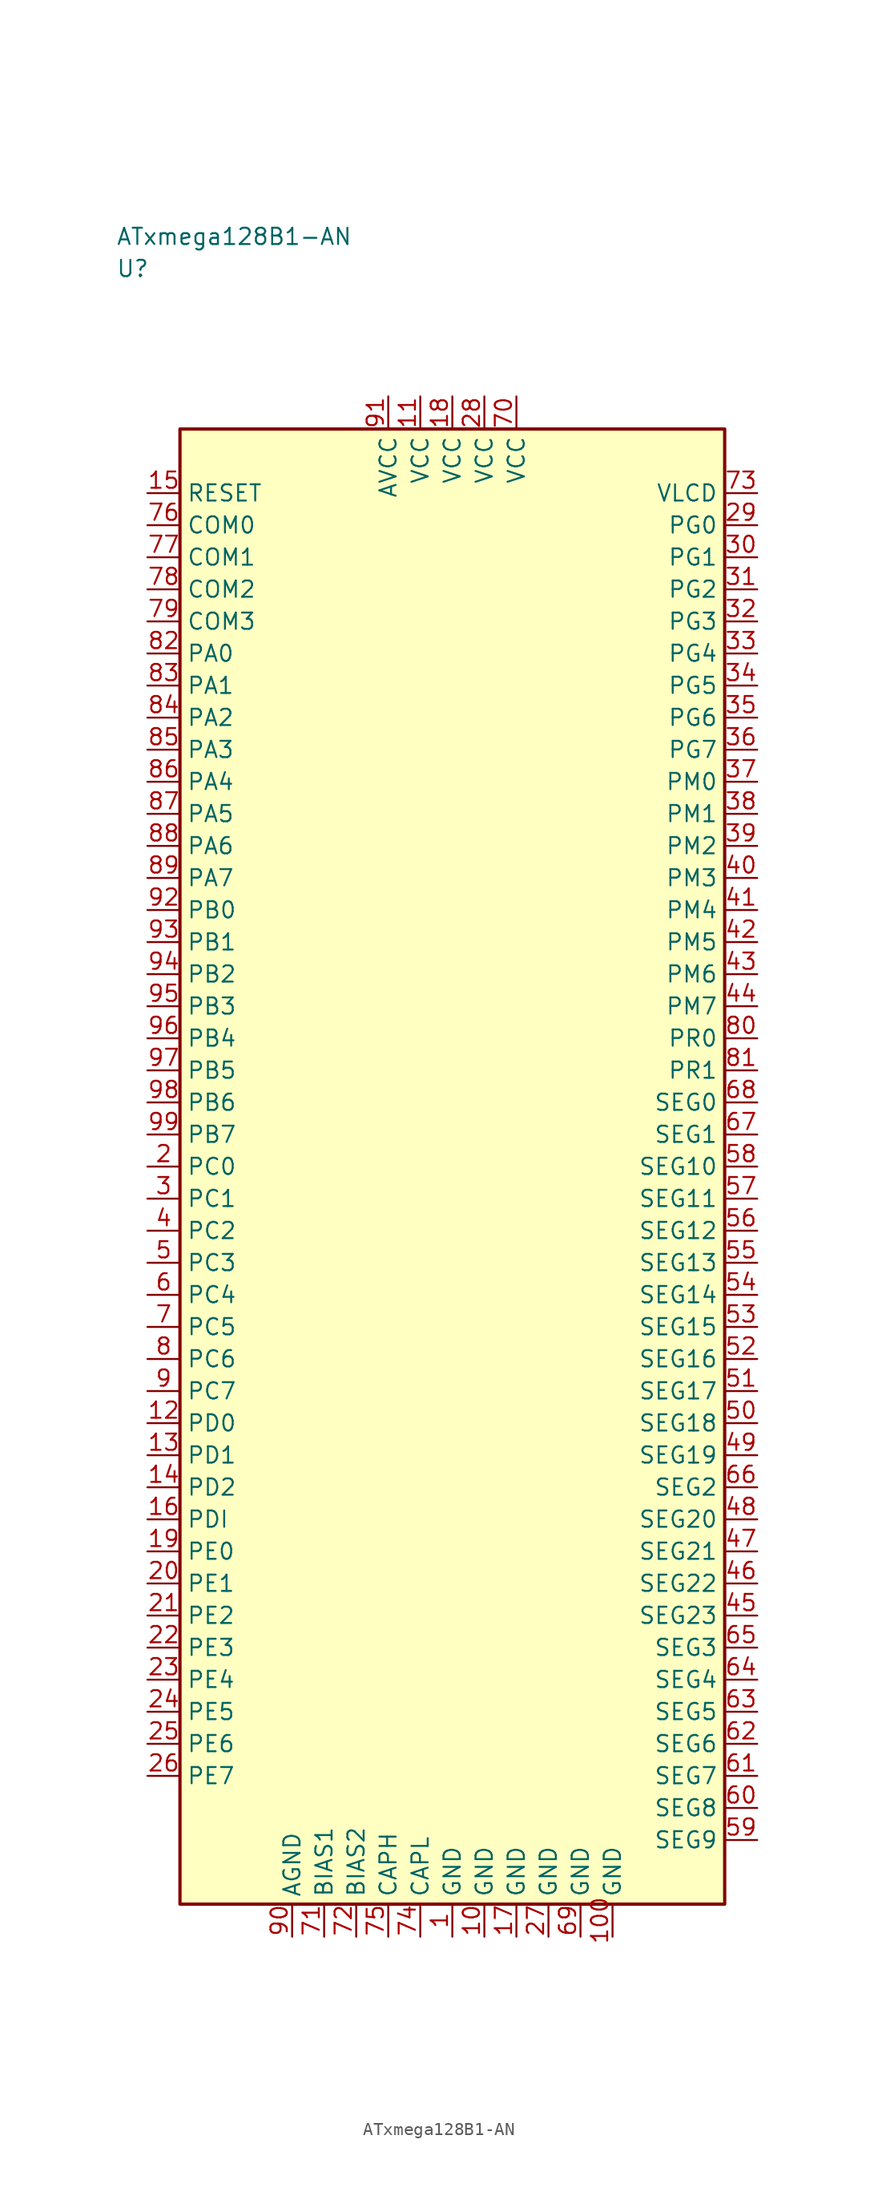
<source format=kicad_sym>
(kicad_symbol_lib
  (version 20241025)
  (generator "kicad_symbol_editor")
  (generator_version "8.0")
  (symbol "ATxmega128B1-AN"
    (property "Reference" "U"
      (at -26.25 70.0 0)
      (effects (font (size 1.27 1.27)) (justify left)))
    (property "Value" "ATxmega128B1-AN"
      (at -26.25 72.5 0)
      (effects (font (size 1.27 1.27)) (justify left)))
    (symbol "ATxmega128B1-AN_0_1"
      (rectangle (start -21.25 57.5) (end 21.25 -57.5) (stroke (width 0.254) (type default)) (fill (type background))))
    (symbol "ATxmega128B1-AN_1_1"
      (pin passive line (at 0.0 -60.04 90.0) (length 2.54) (name "GND" (effects (font (size 1.27 1.27)))) (number "1" (effects (font (size 1.27 1.27)))))
      (pin bidirectional line (at -23.79 0.0 0.0) (length 2.54) (name "PC0" (effects (font (size 1.27 1.27)))) (number "2" (effects (font (size 1.27 1.27)))))
      (pin bidirectional line (at -23.79 -2.5 0.0) (length 2.54) (name "PC1" (effects (font (size 1.27 1.27)))) (number "3" (effects (font (size 1.27 1.27)))))
      (pin bidirectional line (at -23.79 -5.0 0.0) (length 2.54) (name "PC2" (effects (font (size 1.27 1.27)))) (number "4" (effects (font (size 1.27 1.27)))))
      (pin bidirectional line (at -23.79 -7.5 0.0) (length 2.54) (name "PC3" (effects (font (size 1.27 1.27)))) (number "5" (effects (font (size 1.27 1.27)))))
      (pin bidirectional line (at -23.79 -10.0 0.0) (length 2.54) (name "PC4" (effects (font (size 1.27 1.27)))) (number "6" (effects (font (size 1.27 1.27)))))
      (pin bidirectional line (at -23.79 -12.5 0.0) (length 2.54) (name "PC5" (effects (font (size 1.27 1.27)))) (number "7" (effects (font (size 1.27 1.27)))))
      (pin bidirectional line (at -23.79 -15.0 0.0) (length 2.54) (name "PC6" (effects (font (size 1.27 1.27)))) (number "8" (effects (font (size 1.27 1.27)))))
      (pin bidirectional line (at -23.79 -17.5 0.0) (length 2.54) (name "PC7" (effects (font (size 1.27 1.27)))) (number "9" (effects (font (size 1.27 1.27)))))
      (pin passive line (at 2.5 -60.04 90.0) (length 2.54) (name "GND" (effects (font (size 1.27 1.27)))) (number "10" (effects (font (size 1.27 1.27)))))
      (pin power_in line (at -2.5 60.04 270.0) (length 2.54) (name "VCC" (effects (font (size 1.27 1.27)))) (number "11" (effects (font (size 1.27 1.27)))))
      (pin bidirectional line (at -23.79 -20.0 0.0) (length 2.54) (name "PD0" (effects (font (size 1.27 1.27)))) (number "12" (effects (font (size 1.27 1.27)))))
      (pin bidirectional line (at -23.79 -22.5 0.0) (length 2.54) (name "PD1" (effects (font (size 1.27 1.27)))) (number "13" (effects (font (size 1.27 1.27)))))
      (pin bidirectional line (at -23.79 -25.0 0.0) (length 2.54) (name "PD2" (effects (font (size 1.27 1.27)))) (number "14" (effects (font (size 1.27 1.27)))))
      (pin input line (at -23.79 52.5 0.0) (length 2.54) (name "RESET" (effects (font (size 1.27 1.27)))) (number "15" (effects (font (size 1.27 1.27)))))
      (pin bidirectional line (at -23.79 -27.5 0.0) (length 2.54) (name "PDI" (effects (font (size 1.27 1.27)))) (number "16" (effects (font (size 1.27 1.27)))))
      (pin passive line (at 5.0 -60.04 90.0) (length 2.54) (name "GND" (effects (font (size 1.27 1.27)))) (number "17" (effects (font (size 1.27 1.27)))))
      (pin power_in line (at 0.0 60.04 270.0) (length 2.54) (name "VCC" (effects (font (size 1.27 1.27)))) (number "18" (effects (font (size 1.27 1.27)))))
      (pin bidirectional line (at -23.79 -30.0 0.0) (length 2.54) (name "PE0" (effects (font (size 1.27 1.27)))) (number "19" (effects (font (size 1.27 1.27)))))
      (pin bidirectional line (at -23.79 -32.5 0.0) (length 2.54) (name "PE1" (effects (font (size 1.27 1.27)))) (number "20" (effects (font (size 1.27 1.27)))))
      (pin bidirectional line (at -23.79 -35.0 0.0) (length 2.54) (name "PE2" (effects (font (size 1.27 1.27)))) (number "21" (effects (font (size 1.27 1.27)))))
      (pin bidirectional line (at -23.79 -37.5 0.0) (length 2.54) (name "PE3" (effects (font (size 1.27 1.27)))) (number "22" (effects (font (size 1.27 1.27)))))
      (pin bidirectional line (at -23.79 -40.0 0.0) (length 2.54) (name "PE4" (effects (font (size 1.27 1.27)))) (number "23" (effects (font (size 1.27 1.27)))))
      (pin bidirectional line (at -23.79 -42.5 0.0) (length 2.54) (name "PE5" (effects (font (size 1.27 1.27)))) (number "24" (effects (font (size 1.27 1.27)))))
      (pin bidirectional line (at -23.79 -45.0 0.0) (length 2.54) (name "PE6" (effects (font (size 1.27 1.27)))) (number "25" (effects (font (size 1.27 1.27)))))
      (pin bidirectional line (at -23.79 -47.5 0.0) (length 2.54) (name "PE7" (effects (font (size 1.27 1.27)))) (number "26" (effects (font (size 1.27 1.27)))))
      (pin passive line (at 7.5 -60.04 90.0) (length 2.54) (name "GND" (effects (font (size 1.27 1.27)))) (number "27" (effects (font (size 1.27 1.27)))))
      (pin power_in line (at 2.5 60.04 270.0) (length 2.54) (name "VCC" (effects (font (size 1.27 1.27)))) (number "28" (effects (font (size 1.27 1.27)))))
      (pin bidirectional line (at 23.79 50.0 180.0) (length 2.54) (name "PG0" (effects (font (size 1.27 1.27)))) (number "29" (effects (font (size 1.27 1.27)))))
      (pin bidirectional line (at 23.79 47.5 180.0) (length 2.54) (name "PG1" (effects (font (size 1.27 1.27)))) (number "30" (effects (font (size 1.27 1.27)))))
      (pin bidirectional line (at 23.79 45.0 180.0) (length 2.54) (name "PG2" (effects (font (size 1.27 1.27)))) (number "31" (effects (font (size 1.27 1.27)))))
      (pin bidirectional line (at 23.79 42.5 180.0) (length 2.54) (name "PG3" (effects (font (size 1.27 1.27)))) (number "32" (effects (font (size 1.27 1.27)))))
      (pin bidirectional line (at 23.79 40.0 180.0) (length 2.54) (name "PG4" (effects (font (size 1.27 1.27)))) (number "33" (effects (font (size 1.27 1.27)))))
      (pin bidirectional line (at 23.79 37.5 180.0) (length 2.54) (name "PG5" (effects (font (size 1.27 1.27)))) (number "34" (effects (font (size 1.27 1.27)))))
      (pin bidirectional line (at 23.79 35.0 180.0) (length 2.54) (name "PG6" (effects (font (size 1.27 1.27)))) (number "35" (effects (font (size 1.27 1.27)))))
      (pin bidirectional line (at 23.79 32.5 180.0) (length 2.54) (name "PG7" (effects (font (size 1.27 1.27)))) (number "36" (effects (font (size 1.27 1.27)))))
      (pin bidirectional line (at 23.79 30.0 180.0) (length 2.54) (name "PM0" (effects (font (size 1.27 1.27)))) (number "37" (effects (font (size 1.27 1.27)))))
      (pin bidirectional line (at 23.79 27.5 180.0) (length 2.54) (name "PM1" (effects (font (size 1.27 1.27)))) (number "38" (effects (font (size 1.27 1.27)))))
      (pin bidirectional line (at 23.79 25.0 180.0) (length 2.54) (name "PM2" (effects (font (size 1.27 1.27)))) (number "39" (effects (font (size 1.27 1.27)))))
      (pin bidirectional line (at 23.79 22.5 180.0) (length 2.54) (name "PM3" (effects (font (size 1.27 1.27)))) (number "40" (effects (font (size 1.27 1.27)))))
      (pin bidirectional line (at 23.79 20.0 180.0) (length 2.54) (name "PM4" (effects (font (size 1.27 1.27)))) (number "41" (effects (font (size 1.27 1.27)))))
      (pin bidirectional line (at 23.79 17.5 180.0) (length 2.54) (name "PM5" (effects (font (size 1.27 1.27)))) (number "42" (effects (font (size 1.27 1.27)))))
      (pin bidirectional line (at 23.79 15.0 180.0) (length 2.54) (name "PM6" (effects (font (size 1.27 1.27)))) (number "43" (effects (font (size 1.27 1.27)))))
      (pin bidirectional line (at 23.79 12.5 180.0) (length 2.54) (name "PM7" (effects (font (size 1.27 1.27)))) (number "44" (effects (font (size 1.27 1.27)))))
      (pin bidirectional line (at 23.79 -35.0 180.0) (length 2.54) (name "SEG23" (effects (font (size 1.27 1.27)))) (number "45" (effects (font (size 1.27 1.27)))))
      (pin bidirectional line (at 23.79 -32.5 180.0) (length 2.54) (name "SEG22" (effects (font (size 1.27 1.27)))) (number "46" (effects (font (size 1.27 1.27)))))
      (pin bidirectional line (at 23.79 -30.0 180.0) (length 2.54) (name "SEG21" (effects (font (size 1.27 1.27)))) (number "47" (effects (font (size 1.27 1.27)))))
      (pin bidirectional line (at 23.79 -27.5 180.0) (length 2.54) (name "SEG20" (effects (font (size 1.27 1.27)))) (number "48" (effects (font (size 1.27 1.27)))))
      (pin bidirectional line (at 23.79 -22.5 180.0) (length 2.54) (name "SEG19" (effects (font (size 1.27 1.27)))) (number "49" (effects (font (size 1.27 1.27)))))
      (pin bidirectional line (at 23.79 -20.0 180.0) (length 2.54) (name "SEG18" (effects (font (size 1.27 1.27)))) (number "50" (effects (font (size 1.27 1.27)))))
      (pin bidirectional line (at 23.79 -17.5 180.0) (length 2.54) (name "SEG17" (effects (font (size 1.27 1.27)))) (number "51" (effects (font (size 1.27 1.27)))))
      (pin bidirectional line (at 23.79 -15.0 180.0) (length 2.54) (name "SEG16" (effects (font (size 1.27 1.27)))) (number "52" (effects (font (size 1.27 1.27)))))
      (pin bidirectional line (at 23.79 -12.5 180.0) (length 2.54) (name "SEG15" (effects (font (size 1.27 1.27)))) (number "53" (effects (font (size 1.27 1.27)))))
      (pin bidirectional line (at 23.79 -10.0 180.0) (length 2.54) (name "SEG14" (effects (font (size 1.27 1.27)))) (number "54" (effects (font (size 1.27 1.27)))))
      (pin bidirectional line (at 23.79 -7.5 180.0) (length 2.54) (name "SEG13" (effects (font (size 1.27 1.27)))) (number "55" (effects (font (size 1.27 1.27)))))
      (pin bidirectional line (at 23.79 -5.0 180.0) (length 2.54) (name "SEG12" (effects (font (size 1.27 1.27)))) (number "56" (effects (font (size 1.27 1.27)))))
      (pin bidirectional line (at 23.79 -2.5 180.0) (length 2.54) (name "SEG11" (effects (font (size 1.27 1.27)))) (number "57" (effects (font (size 1.27 1.27)))))
      (pin bidirectional line (at 23.79 0.0 180.0) (length 2.54) (name "SEG10" (effects (font (size 1.27 1.27)))) (number "58" (effects (font (size 1.27 1.27)))))
      (pin bidirectional line (at 23.79 -52.5 180.0) (length 2.54) (name "SEG9" (effects (font (size 1.27 1.27)))) (number "59" (effects (font (size 1.27 1.27)))))
      (pin bidirectional line (at 23.79 -50.0 180.0) (length 2.54) (name "SEG8" (effects (font (size 1.27 1.27)))) (number "60" (effects (font (size 1.27 1.27)))))
      (pin bidirectional line (at 23.79 -47.5 180.0) (length 2.54) (name "SEG7" (effects (font (size 1.27 1.27)))) (number "61" (effects (font (size 1.27 1.27)))))
      (pin bidirectional line (at 23.79 -45.0 180.0) (length 2.54) (name "SEG6" (effects (font (size 1.27 1.27)))) (number "62" (effects (font (size 1.27 1.27)))))
      (pin bidirectional line (at 23.79 -42.5 180.0) (length 2.54) (name "SEG5" (effects (font (size 1.27 1.27)))) (number "63" (effects (font (size 1.27 1.27)))))
      (pin bidirectional line (at 23.79 -40.0 180.0) (length 2.54) (name "SEG4" (effects (font (size 1.27 1.27)))) (number "64" (effects (font (size 1.27 1.27)))))
      (pin bidirectional line (at 23.79 -37.5 180.0) (length 2.54) (name "SEG3" (effects (font (size 1.27 1.27)))) (number "65" (effects (font (size 1.27 1.27)))))
      (pin bidirectional line (at 23.79 -25.0 180.0) (length 2.54) (name "SEG2" (effects (font (size 1.27 1.27)))) (number "66" (effects (font (size 1.27 1.27)))))
      (pin bidirectional line (at 23.79 2.5 180.0) (length 2.54) (name "SEG1" (effects (font (size 1.27 1.27)))) (number "67" (effects (font (size 1.27 1.27)))))
      (pin bidirectional line (at 23.79 5.0 180.0) (length 2.54) (name "SEG0" (effects (font (size 1.27 1.27)))) (number "68" (effects (font (size 1.27 1.27)))))
      (pin passive line (at 10.0 -60.04 90.0) (length 2.54) (name "GND" (effects (font (size 1.27 1.27)))) (number "69" (effects (font (size 1.27 1.27)))))
      (pin power_in line (at 5.0 60.04 270.0) (length 2.54) (name "VCC" (effects (font (size 1.27 1.27)))) (number "70" (effects (font (size 1.27 1.27)))))
      (pin passive line (at -10.0 -60.04 90.0) (length 2.54) (name "BIAS1" (effects (font (size 1.27 1.27)))) (number "71" (effects (font (size 1.27 1.27)))))
      (pin passive line (at -7.5 -60.04 90.0) (length 2.54) (name "BIAS2" (effects (font (size 1.27 1.27)))) (number "72" (effects (font (size 1.27 1.27)))))
      (pin output line (at 23.79 52.5 180.0) (length 2.54) (name "VLCD" (effects (font (size 1.27 1.27)))) (number "73" (effects (font (size 1.27 1.27)))))
      (pin passive line (at -2.5 -60.04 90.0) (length 2.54) (name "CAPL" (effects (font (size 1.27 1.27)))) (number "74" (effects (font (size 1.27 1.27)))))
      (pin passive line (at -5.0 -60.04 90.0) (length 2.54) (name "CAPH" (effects (font (size 1.27 1.27)))) (number "75" (effects (font (size 1.27 1.27)))))
      (pin bidirectional line (at -23.79 50.0 0.0) (length 2.54) (name "COM0" (effects (font (size 1.27 1.27)))) (number "76" (effects (font (size 1.27 1.27)))))
      (pin bidirectional line (at -23.79 47.5 0.0) (length 2.54) (name "COM1" (effects (font (size 1.27 1.27)))) (number "77" (effects (font (size 1.27 1.27)))))
      (pin bidirectional line (at -23.79 45.0 0.0) (length 2.54) (name "COM2" (effects (font (size 1.27 1.27)))) (number "78" (effects (font (size 1.27 1.27)))))
      (pin bidirectional line (at -23.79 42.5 0.0) (length 2.54) (name "COM3" (effects (font (size 1.27 1.27)))) (number "79" (effects (font (size 1.27 1.27)))))
      (pin bidirectional line (at 23.79 10.0 180.0) (length 2.54) (name "PR0" (effects (font (size 1.27 1.27)))) (number "80" (effects (font (size 1.27 1.27)))))
      (pin bidirectional line (at 23.79 7.5 180.0) (length 2.54) (name "PR1" (effects (font (size 1.27 1.27)))) (number "81" (effects (font (size 1.27 1.27)))))
      (pin bidirectional line (at -23.79 40.0 0.0) (length 2.54) (name "PA0" (effects (font (size 1.27 1.27)))) (number "82" (effects (font (size 1.27 1.27)))))
      (pin bidirectional line (at -23.79 37.5 0.0) (length 2.54) (name "PA1" (effects (font (size 1.27 1.27)))) (number "83" (effects (font (size 1.27 1.27)))))
      (pin bidirectional line (at -23.79 35.0 0.0) (length 2.54) (name "PA2" (effects (font (size 1.27 1.27)))) (number "84" (effects (font (size 1.27 1.27)))))
      (pin bidirectional line (at -23.79 32.5 0.0) (length 2.54) (name "PA3" (effects (font (size 1.27 1.27)))) (number "85" (effects (font (size 1.27 1.27)))))
      (pin bidirectional line (at -23.79 30.0 0.0) (length 2.54) (name "PA4" (effects (font (size 1.27 1.27)))) (number "86" (effects (font (size 1.27 1.27)))))
      (pin bidirectional line (at -23.79 27.5 0.0) (length 2.54) (name "PA5" (effects (font (size 1.27 1.27)))) (number "87" (effects (font (size 1.27 1.27)))))
      (pin bidirectional line (at -23.79 25.0 0.0) (length 2.54) (name "PA6" (effects (font (size 1.27 1.27)))) (number "88" (effects (font (size 1.27 1.27)))))
      (pin bidirectional line (at -23.79 22.5 0.0) (length 2.54) (name "PA7" (effects (font (size 1.27 1.27)))) (number "89" (effects (font (size 1.27 1.27)))))
      (pin passive line (at -12.5 -60.04 90.0) (length 2.54) (name "AGND" (effects (font (size 1.27 1.27)))) (number "90" (effects (font (size 1.27 1.27)))))
      (pin power_in line (at -5.0 60.04 270.0) (length 2.54) (name "AVCC" (effects (font (size 1.27 1.27)))) (number "91" (effects (font (size 1.27 1.27)))))
      (pin bidirectional line (at -23.79 20.0 0.0) (length 2.54) (name "PB0" (effects (font (size 1.27 1.27)))) (number "92" (effects (font (size 1.27 1.27)))))
      (pin bidirectional line (at -23.79 17.5 0.0) (length 2.54) (name "PB1" (effects (font (size 1.27 1.27)))) (number "93" (effects (font (size 1.27 1.27)))))
      (pin bidirectional line (at -23.79 15.0 0.0) (length 2.54) (name "PB2" (effects (font (size 1.27 1.27)))) (number "94" (effects (font (size 1.27 1.27)))))
      (pin bidirectional line (at -23.79 12.5 0.0) (length 2.54) (name "PB3" (effects (font (size 1.27 1.27)))) (number "95" (effects (font (size 1.27 1.27)))))
      (pin bidirectional line (at -23.79 10.0 0.0) (length 2.54) (name "PB4" (effects (font (size 1.27 1.27)))) (number "96" (effects (font (size 1.27 1.27)))))
      (pin bidirectional line (at -23.79 7.5 0.0) (length 2.54) (name "PB5" (effects (font (size 1.27 1.27)))) (number "97" (effects (font (size 1.27 1.27)))))
      (pin bidirectional line (at -23.79 5.0 0.0) (length 2.54) (name "PB6" (effects (font (size 1.27 1.27)))) (number "98" (effects (font (size 1.27 1.27)))))
      (pin bidirectional line (at -23.79 2.5 0.0) (length 2.54) (name "PB7" (effects (font (size 1.27 1.27)))) (number "99" (effects (font (size 1.27 1.27)))))
      (pin passive line (at 12.5 -60.04 90.0) (length 2.54) (name "GND" (effects (font (size 1.27 1.27)))) (number "100" (effects (font (size 1.27 1.27))))))))
</source>
